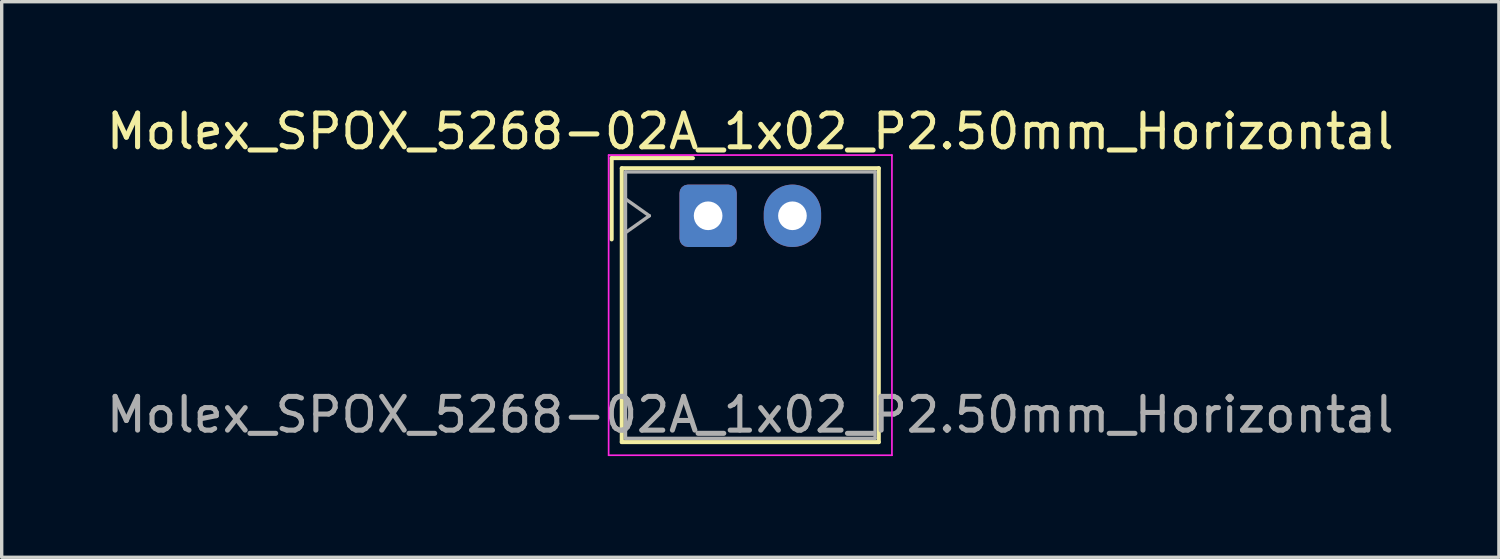
<source format=kicad_pcb>
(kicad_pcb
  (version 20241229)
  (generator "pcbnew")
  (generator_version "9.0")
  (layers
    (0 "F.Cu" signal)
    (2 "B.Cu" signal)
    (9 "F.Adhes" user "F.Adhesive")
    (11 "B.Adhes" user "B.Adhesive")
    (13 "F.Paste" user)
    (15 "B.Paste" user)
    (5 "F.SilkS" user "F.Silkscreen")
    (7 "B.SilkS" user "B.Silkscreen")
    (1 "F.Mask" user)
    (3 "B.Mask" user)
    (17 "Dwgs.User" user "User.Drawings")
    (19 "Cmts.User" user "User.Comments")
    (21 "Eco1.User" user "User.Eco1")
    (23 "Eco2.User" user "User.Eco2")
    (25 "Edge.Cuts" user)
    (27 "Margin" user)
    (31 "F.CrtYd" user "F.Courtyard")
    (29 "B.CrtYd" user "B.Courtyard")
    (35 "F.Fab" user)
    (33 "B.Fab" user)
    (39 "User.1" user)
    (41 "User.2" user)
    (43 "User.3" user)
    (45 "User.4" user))
  (footprint "Molex_SPOX_5268-02A_1x02_P2.50mm_Horizontal"
    (layer "F.Cu")
    (at 17.946 3.348)
    (property "Reference" "Molex_SPOX_5268-02A_1x02_P2.50mm_Horizontal" (at 1.25 -2.5 0) (layer "F.SilkS") (effects (font (size 1 1) (thickness 0.15))))
    (attr through_hole)
    (fp_line (start -2.86 -1.71) (end -0.45 -1.71) (stroke (width 0.12) (type solid)) (layer "F.SilkS"))
    (fp_line (start -2.86 0.7) (end -2.86 -1.71) (stroke (width 0.12) (type solid)) (layer "F.SilkS"))
    (fp_line (start -2.56 -1.41) (end -2.56 6.71) (stroke (width 0.12) (type solid)) (layer "F.SilkS"))
    (fp_line (start -2.56 6.71) (end 5.06 6.71) (stroke (width 0.12) (type solid)) (layer "F.SilkS"))
    (fp_line (start 5.06 -1.41) (end -2.56 -1.41) (stroke (width 0.12) (type solid)) (layer "F.SilkS"))
    (fp_line (start 5.06 6.71) (end 5.06 -1.41) (stroke (width 0.12) (type solid)) (layer "F.SilkS"))
    (fp_line (start -2.95 -1.8) (end -2.95 7.1) (stroke (width 0.05) (type solid)) (layer "F.CrtYd"))
    (fp_line (start -2.95 7.1) (end 5.45 7.1) (stroke (width 0.05) (type solid)) (layer "F.CrtYd"))
    (fp_line (start 5.45 -1.8) (end -2.95 -1.8) (stroke (width 0.05) (type solid)) (layer "F.CrtYd"))
    (fp_line (start 5.45 7.1) (end 5.45 -1.8) (stroke (width 0.05) (type solid)) (layer "F.CrtYd"))
    (fp_line (start -2.45 -1.3) (end -2.45 6.6) (stroke (width 0.1) (type solid)) (layer "F.Fab"))
    (fp_line (start -2.45 0.5) (end -1.743 0) (stroke (width 0.1) (type solid)) (layer "F.Fab"))
    (fp_line (start -2.45 6.6) (end 4.95 6.6) (stroke (width 0.1) (type solid)) (layer "F.Fab"))
    (fp_line (start -1.743 0) (end -2.45 -0.5) (stroke (width 0.1) (type solid)) (layer "F.Fab"))
    (fp_line (start 4.95 -1.3) (end -2.45 -1.3) (stroke (width 0.1) (type solid)) (layer "F.Fab"))
    (fp_line (start 4.95 6.6) (end 4.95 -1.3) (stroke (width 0.1) (type solid)) (layer "F.Fab"))
    (fp_text user "${REFERENCE}" (at 1.25 5.9 0) (layer "F.Fab") (effects (font (size 1 1) (thickness 0.15))))
    (pad "1" thru_hole roundrect (at 0 0) (size 1.7 1.85) (drill 0.85) (layers "*.Cu" "*.Mask") (roundrect_rratio 0.147))
    (pad "2" thru_hole oval (at 2.5 0) (size 1.7 1.85) (drill 0.85) (layers "*.Cu" "*.Mask")))
  (gr_rect
    (start -3 -3)
    (end 41.393 13.473)
    (stroke (width 0.1) (type default))
    (fill no)
    (layer "Edge.Cuts")))
</source>
